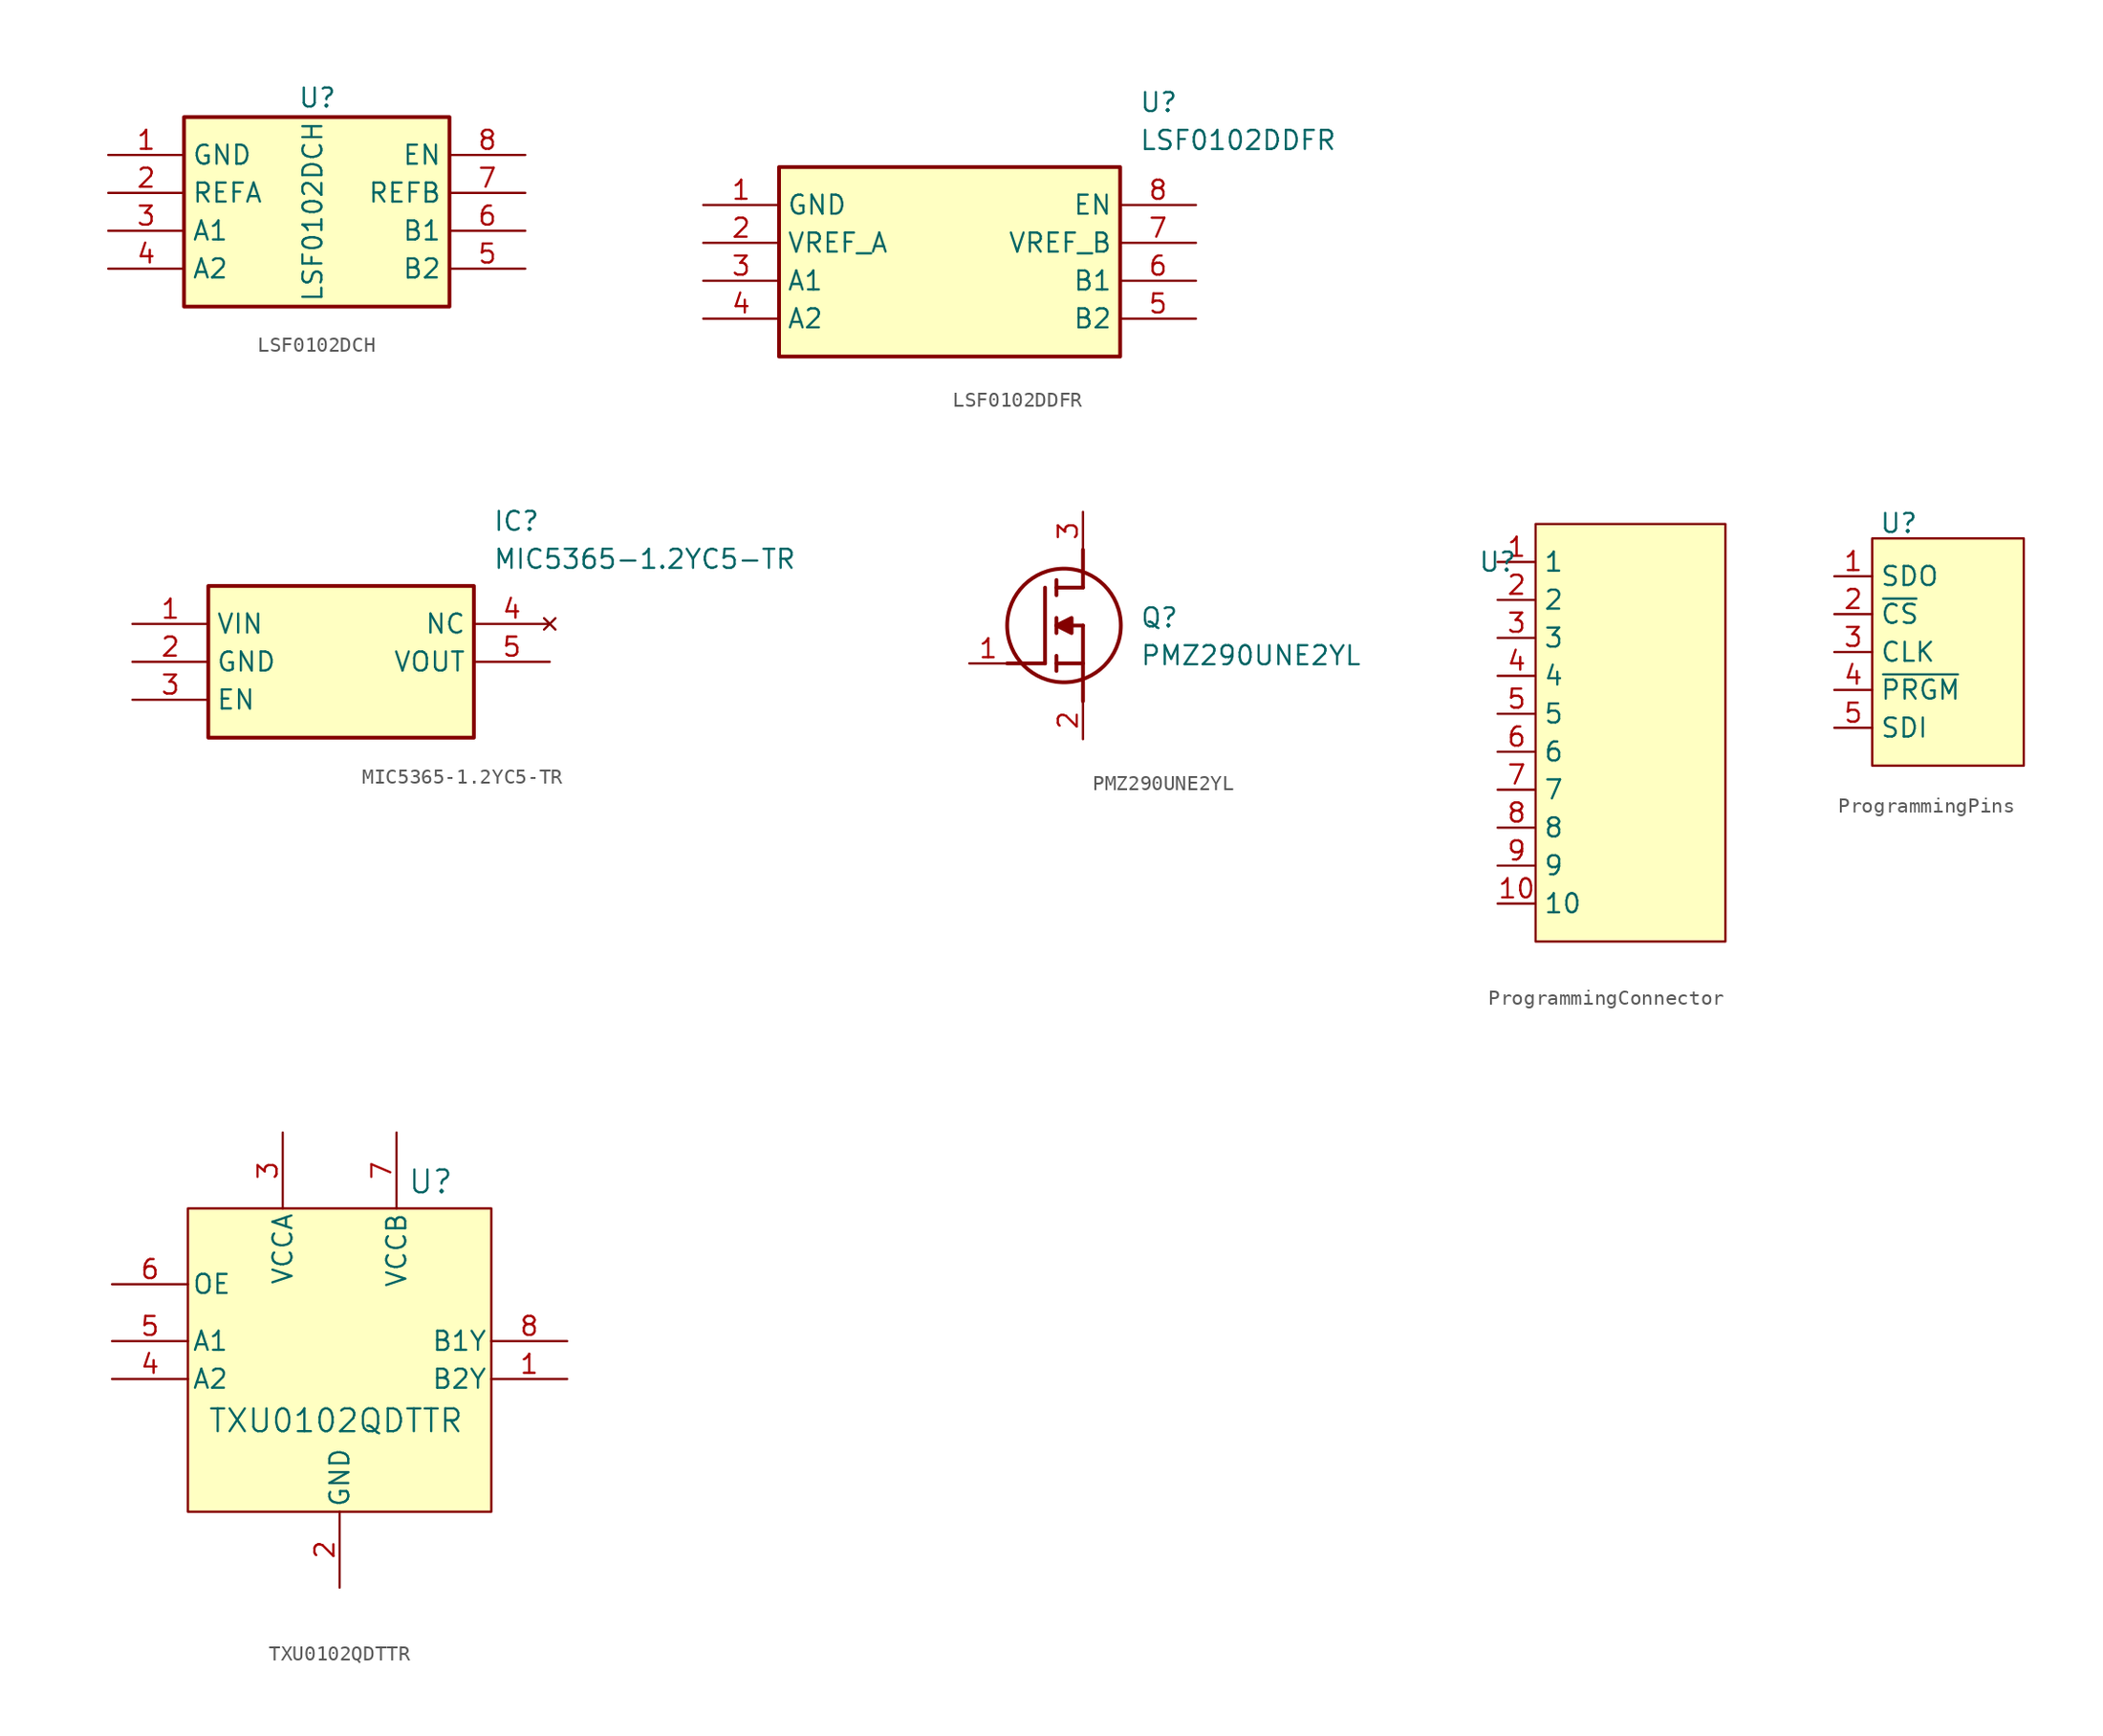
<source format=kicad_sym>
(kicad_symbol_lib
  (version 20231120)
  (generator "kicad_symbol_editor")
  (generator_version "8.0")
  (symbol "LSF0102DCH"
    (property "Reference" "U"
      (at 12.7 4.572 0)
      (effects (font (size 1.27 1.27)) (justify left top)))
    (property "Value" "LSF0102DCH"
      (at 12.954 -9.906 90)
      (effects (font (size 1.27 1.27)) (justify left top)))
    (symbol "LSF0102DCH_1_1"
      (rectangle (start 5.08 2.54) (end 22.86 -10.16) (stroke (width 0.254) (type default)) (fill (type background)))
      (pin passive line (at 0 0 0) (length 5.08) (name "GND" (effects (font (size 1.27 1.27)))) (number "1" (effects (font (size 1.27 1.27)))))
      (pin passive line (at 0 -2.54 0) (length 5.08) (name "REFA" (effects (font (size 1.27 1.27)))) (number "2" (effects (font (size 1.27 1.27)))))
      (pin passive line (at 0 -5.08 0) (length 5.08) (name "A1" (effects (font (size 1.27 1.27)))) (number "3" (effects (font (size 1.27 1.27)))))
      (pin passive line (at 0 -7.62 0) (length 5.08) (name "A2" (effects (font (size 1.27 1.27)))) (number "4" (effects (font (size 1.27 1.27)))))
      (pin passive line (at 27.94 -7.62 180) (length 5.08) (name "B2" (effects (font (size 1.27 1.27)))) (number "5" (effects (font (size 1.27 1.27)))))
      (pin passive line (at 27.94 -5.08 180) (length 5.08) (name "B1" (effects (font (size 1.27 1.27)))) (number "6" (effects (font (size 1.27 1.27)))))
      (pin passive line (at 27.94 -2.54 180) (length 5.08) (name "REFB" (effects (font (size 1.27 1.27)))) (number "7" (effects (font (size 1.27 1.27)))))
      (pin passive line (at 27.94 0 180) (length 5.08) (name "EN" (effects (font (size 1.27 1.27)))) (number "8" (effects (font (size 1.27 1.27)))))))
  (symbol "LSF0102DDFR"
    (property "Reference" "U"
      (at 29.21 7.62 0)
      (effects (font (size 1.27 1.27)) (justify left top)))
    (property "Value" "LSF0102DDFR"
      (at 29.21 5.08 0)
      (effects (font (size 1.27 1.27)) (justify left top)))
    (symbol "LSF0102DDFR_1_1"
      (rectangle (start 5.08 2.54) (end 27.94 -10.16) (stroke (width 0.254) (type default)) (fill (type background)))
      (pin passive line (at 0 0 0) (length 5.08) (name "GND" (effects (font (size 1.27 1.27)))) (number "1" (effects (font (size 1.27 1.27)))))
      (pin passive line (at 0 -2.54 0) (length 5.08) (name "VREF_A" (effects (font (size 1.27 1.27)))) (number "2" (effects (font (size 1.27 1.27)))))
      (pin passive line (at 0 -5.08 0) (length 5.08) (name "A1" (effects (font (size 1.27 1.27)))) (number "3" (effects (font (size 1.27 1.27)))))
      (pin passive line (at 0 -7.62 0) (length 5.08) (name "A2" (effects (font (size 1.27 1.27)))) (number "4" (effects (font (size 1.27 1.27)))))
      (pin passive line (at 33.02 -7.62 180) (length 5.08) (name "B2" (effects (font (size 1.27 1.27)))) (number "5" (effects (font (size 1.27 1.27)))))
      (pin passive line (at 33.02 -5.08 180) (length 5.08) (name "B1" (effects (font (size 1.27 1.27)))) (number "6" (effects (font (size 1.27 1.27)))))
      (pin passive line (at 33.02 -2.54 180) (length 5.08) (name "VREF_B" (effects (font (size 1.27 1.27)))) (number "7" (effects (font (size 1.27 1.27)))))
      (pin passive line (at 33.02 0 180) (length 5.08) (name "EN" (effects (font (size 1.27 1.27)))) (number "8" (effects (font (size 1.27 1.27)))))))
  (symbol "MIC5365-1.2YC5-TR"
    (property "Reference" "IC"
      (at 24.13 7.62 0)
      (effects (font (size 1.27 1.27)) (justify left top)))
    (property "Value" "MIC5365-1.2YC5-TR"
      (at 24.13 5.08 0)
      (effects (font (size 1.27 1.27)) (justify left top)))
    (symbol "MIC5365-1.2YC5-TR_1_1"
      (rectangle (start 5.08 2.54) (end 22.86 -7.62) (stroke (width 0.254) (type default)) (fill (type background)))
      (pin passive line (at 0 0 0) (length 5.08) (name "VIN" (effects (font (size 1.27 1.27)))) (number "1" (effects (font (size 1.27 1.27)))))
      (pin passive line (at 0 -2.54 0) (length 5.08) (name "GND" (effects (font (size 1.27 1.27)))) (number "2" (effects (font (size 1.27 1.27)))))
      (pin passive line (at 0 -5.08 0) (length 5.08) (name "EN" (effects (font (size 1.27 1.27)))) (number "3" (effects (font (size 1.27 1.27)))))
      (pin no_connect line (at 27.94 0 180) (length 5.08) (name "NC" (effects (font (size 1.27 1.27)))) (number "4" (effects (font (size 1.27 1.27)))))
      (pin passive line (at 27.94 -2.54 180) (length 5.08) (name "VOUT" (effects (font (size 1.27 1.27)))) (number "5" (effects (font (size 1.27 1.27)))))))
  (symbol "PMZ290UNE2YL"
    (pin_names hide)
    (property "Reference" "Q"
      (at 11.43 3.81 0)
      (effects (font (size 1.27 1.27)) (justify left top)))
    (property "Value" "PMZ290UNE2YL"
      (at 11.43 1.27 0)
      (effects (font (size 1.27 1.27)) (justify left top)))
    (symbol "PMZ290UNE2YL_1_1"
      (polyline (pts (xy 2.54 0) (xy 5.08 0)) (stroke (width 0.254) (type default)) (fill (type none)))
      (polyline (pts (xy 5.08 5.08) (xy 5.08 0)) (stroke (width 0.254) (type default)) (fill (type none)))
      (polyline (pts (xy 5.842 -0.508) (xy 5.842 0.508)) (stroke (width 0.254) (type default)) (fill (type none)))
      (polyline (pts (xy 5.842 0) (xy 7.62 0)) (stroke (width 0.254) (type default)) (fill (type none)))
      (polyline (pts (xy 5.842 2.032) (xy 5.842 3.048)) (stroke (width 0.254) (type default)) (fill (type none)))
      (polyline (pts (xy 5.842 5.588) (xy 5.842 4.572)) (stroke (width 0.254) (type default)) (fill (type none)))
      (polyline (pts (xy 7.62 2.54) (xy 5.842 2.54)) (stroke (width 0.254) (type default)) (fill (type none)))
      (polyline (pts (xy 7.62 2.54) (xy 7.62 -2.54)) (stroke (width 0.254) (type default)) (fill (type none)))
      (polyline (pts (xy 7.62 5.08) (xy 5.842 5.08)) (stroke (width 0.254) (type default)) (fill (type none)))
      (polyline (pts (xy 7.62 5.08) (xy 7.62 7.62)) (stroke (width 0.254) (type default)) (fill (type none)))
      (polyline (pts (xy 5.842 2.54) (xy 6.858 3.048) (xy 6.858 2.032) (xy 5.842 2.54)) (stroke (width 0.254) (type default)) (fill (type outline)))
      (circle (center 6.35 2.54) (radius 3.81) (stroke (width 0.254) (type default)) (fill (type none)))
      (pin passive line (at 0 0 0) (length 2.54) (name "G" (effects (font (size 1.27 1.27)))) (number "1" (effects (font (size 1.27 1.27)))))
      (pin passive line (at 7.62 -5.08 90) (length 2.54) (name "S" (effects (font (size 1.27 1.27)))) (number "2" (effects (font (size 1.27 1.27)))))
      (pin passive line (at 7.62 10.16 270) (length 2.54) (name "D" (effects (font (size 1.27 1.27)))) (number "3" (effects (font (size 1.27 1.27)))))))
  (symbol "ProgrammingConnector"
    (property "Reference" "U"
      (at 0 0 0)
      (effects (font (size 1.27 1.27))))
    (property "Value" ""
      (at 0 0 0)
      (effects (font (size 1.27 1.27))))
    (symbol "ProgrammingConnector_0_0"
      (pin unspecified line (at 0 0 0) (length 2.54) (name "1" (effects (font (size 1.27 1.27)))) (number "1" (effects (font (size 1.27 1.27)))))
      (pin unspecified line (at 0 -22.86 0) (length 2.54) (name "10" (effects (font (size 1.27 1.27)))) (number "10" (effects (font (size 1.27 1.27)))))
      (pin unspecified line (at 0 -2.54 0) (length 2.54) (name "2" (effects (font (size 1.27 1.27)))) (number "2" (effects (font (size 1.27 1.27)))))
      (pin unspecified line (at 0 -5.08 0) (length 2.54) (name "3" (effects (font (size 1.27 1.27)))) (number "3" (effects (font (size 1.27 1.27)))))
      (pin unspecified line (at 0 -7.62 0) (length 2.54) (name "4" (effects (font (size 1.27 1.27)))) (number "4" (effects (font (size 1.27 1.27)))))
      (pin unspecified line (at 0 -10.16 0) (length 2.54) (name "5" (effects (font (size 1.27 1.27)))) (number "5" (effects (font (size 1.27 1.27)))))
      (pin unspecified line (at 0 -12.7 0) (length 2.54) (name "6" (effects (font (size 1.27 1.27)))) (number "6" (effects (font (size 1.27 1.27)))))
      (pin unspecified line (at 0 -15.24 0) (length 2.54) (name "7" (effects (font (size 1.27 1.27)))) (number "7" (effects (font (size 1.27 1.27)))))
      (pin unspecified line (at 0 -17.78 0) (length 2.54) (name "8" (effects (font (size 1.27 1.27)))) (number "8" (effects (font (size 1.27 1.27)))))
      (pin unspecified line (at 0 -20.32 0) (length 2.54) (name "9" (effects (font (size 1.27 1.27)))) (number "9" (effects (font (size 1.27 1.27))))))
    (symbol "ProgrammingConnector_1_1"
      (rectangle (start 2.54 2.54) (end 15.24 -25.4) (stroke (width 0) (type default)) (fill (type background)))))
  (symbol "ProgrammingPins"
    (property "Reference" "U"
      (at 4.318 3.556 0)
      (effects (font (size 1.27 1.27))))
    (property "Value" ""
      (at 0 0 0)
      (effects (font (size 1.27 1.27))))
    (symbol "ProgrammingPins_0_0"
      (pin unspecified line (at 0 0 0) (length 2.54) (name "SDO" (effects (font (size 1.27 1.27)))) (number "1" (effects (font (size 1.27 1.27)))))
      (pin unspecified line (at 0 -2.54 0) (length 2.54) (name "~{CS}" (effects (font (size 1.27 1.27)))) (number "2" (effects (font (size 1.27 1.27)))))
      (pin unspecified line (at 0 -5.08 0) (length 2.54) (name "CLK" (effects (font (size 1.27 1.27)))) (number "3" (effects (font (size 1.27 1.27)))))
      (pin unspecified line (at 0 -7.62 0) (length 2.54) (name "~{PRGM}" (effects (font (size 1.27 1.27)))) (number "4" (effects (font (size 1.27 1.27)))))
      (pin unspecified line (at 0 -10.16 0) (length 2.54) (name "SDI" (effects (font (size 1.27 1.27)))) (number "5" (effects (font (size 1.27 1.27))))))
    (symbol "ProgrammingPins_1_1"
      (rectangle (start 2.54 2.54) (end 12.7 -12.7) (stroke (width 0) (type default)) (fill (type background)))))
  (symbol "TXU0102QDTTR"
    (pin_names
      (offset 0.254))
    (property "Reference" "U"
      (at 6.096 1.778 0)
      (effects (font (size 1.524 1.524))))
    (property "Value" "TXU0102QDTTR"
      (at -0.254 -14.224 0)
      (effects (font (size 1.524 1.524))))
    (symbol "TXU0102QDTTR_0_1"
      (pin output line (at 15.24 -11.43 180) (length 5.08) (name "B2Y" (effects (font (size 1.27 1.27)))) (number "1" (effects (font (size 1.27 1.27)))))
      (pin power_out line (at 0 -25.4 90) (length 5.08) (name "GND" (effects (font (size 1.27 1.27)))) (number "2" (effects (font (size 1.27 1.27)))))
      (pin power_in line (at -3.81 5.08 270) (length 5.08) (name "VCCA" (effects (font (size 1.27 1.27)))) (number "3" (effects (font (size 1.27 1.27)))))
      (pin input line (at -15.24 -11.43 0) (length 5.08) (name "A2" (effects (font (size 1.27 1.27)))) (number "4" (effects (font (size 1.27 1.27)))))
      (pin input line (at -15.24 -8.89 0) (length 5.08) (name "A1" (effects (font (size 1.27 1.27)))) (number "5" (effects (font (size 1.27 1.27)))))
      (pin power_in line (at 3.81 5.08 270) (length 5.08) (name "VCCB" (effects (font (size 1.27 1.27)))) (number "7" (effects (font (size 1.27 1.27)))))
      (pin output line (at 15.24 -8.89 180) (length 5.08) (name "B1Y" (effects (font (size 1.27 1.27)))) (number "8" (effects (font (size 1.27 1.27))))))
    (symbol "TXU0102QDTTR_1_1"
      (rectangle (start -10.16 0) (end 10.16 -20.32) (stroke (width 0) (type default)) (fill (type background)))
      (pin input line (at -15.24 -5.08 0) (length 5.08) (name "OE" (effects (font (size 1.27 1.27)))) (number "6" (effects (font (size 1.27 1.27))))))))
</source>
